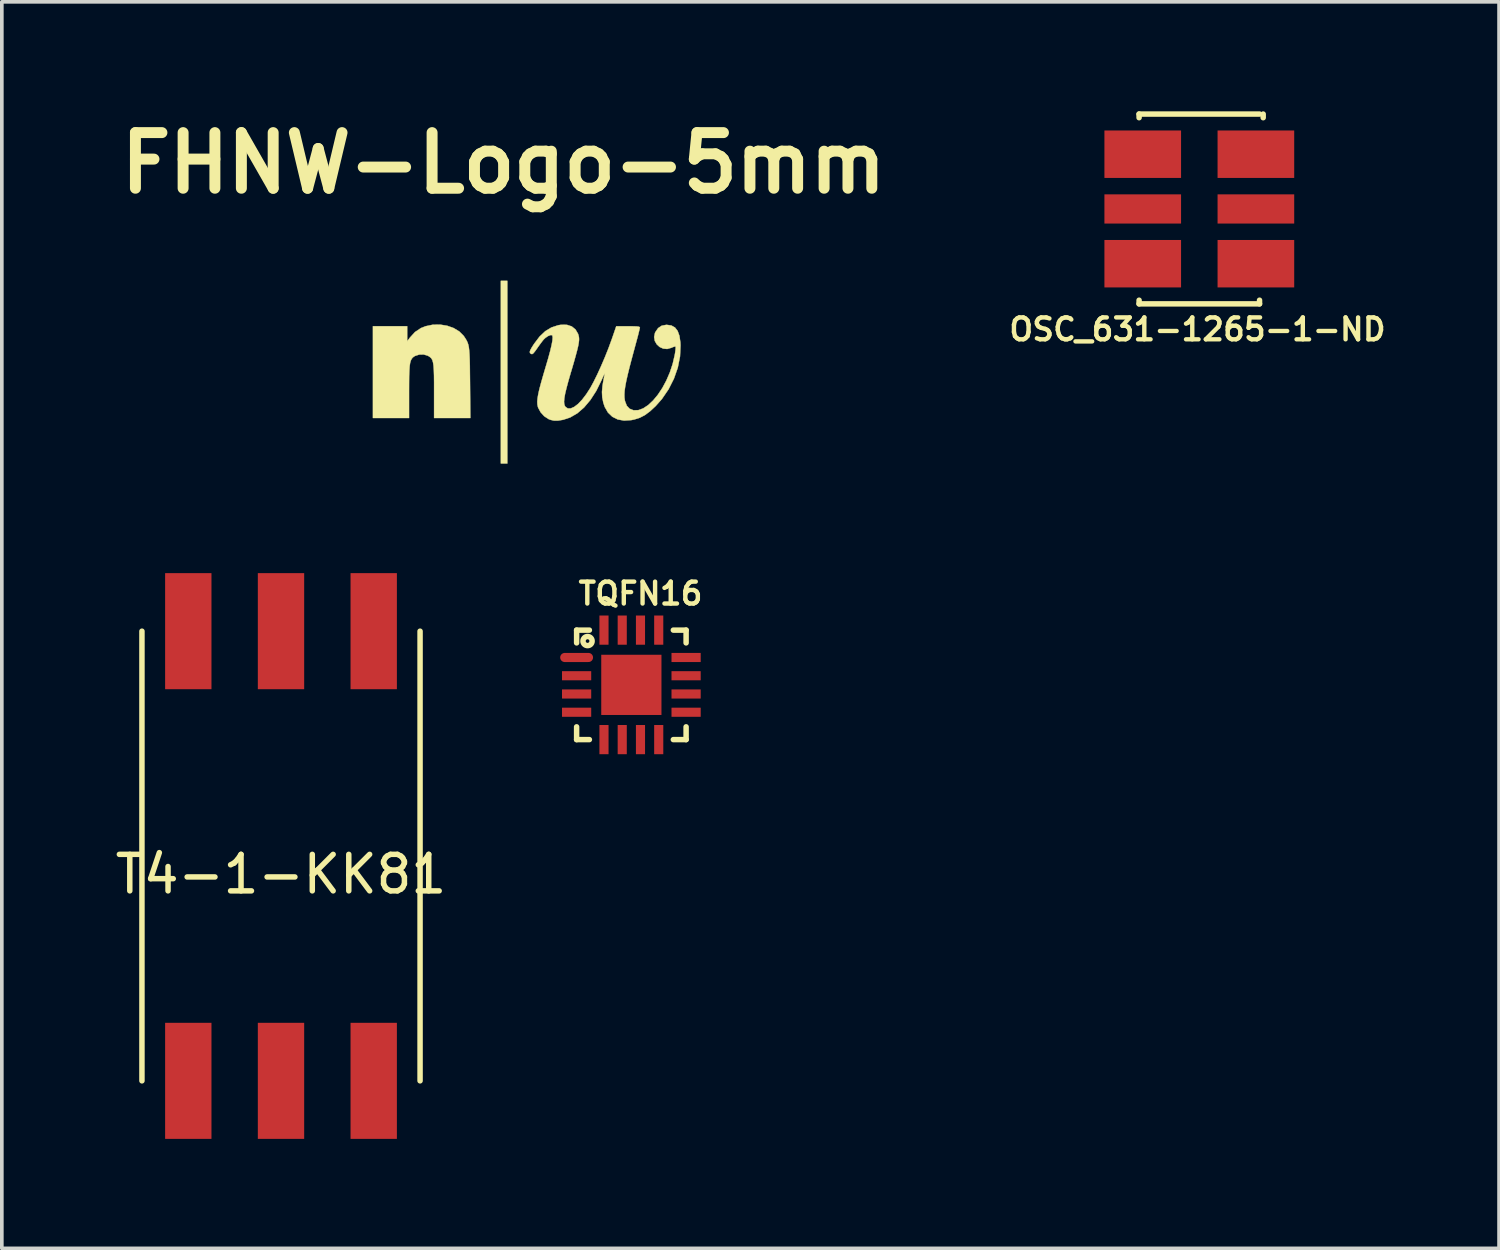
<source format=kicad_pcb>
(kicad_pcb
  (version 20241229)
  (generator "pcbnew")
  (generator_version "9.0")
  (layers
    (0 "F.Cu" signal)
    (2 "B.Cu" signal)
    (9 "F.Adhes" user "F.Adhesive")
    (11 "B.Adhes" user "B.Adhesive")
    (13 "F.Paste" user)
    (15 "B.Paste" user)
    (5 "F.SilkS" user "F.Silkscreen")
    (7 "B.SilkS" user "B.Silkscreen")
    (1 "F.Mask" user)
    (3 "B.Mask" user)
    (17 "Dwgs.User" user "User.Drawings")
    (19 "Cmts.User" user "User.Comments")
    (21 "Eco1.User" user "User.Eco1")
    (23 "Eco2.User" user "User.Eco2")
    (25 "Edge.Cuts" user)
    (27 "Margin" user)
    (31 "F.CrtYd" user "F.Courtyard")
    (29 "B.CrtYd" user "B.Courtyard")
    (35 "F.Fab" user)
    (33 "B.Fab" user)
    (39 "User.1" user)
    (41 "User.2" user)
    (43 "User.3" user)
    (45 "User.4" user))
  (footprint "T4-1-KK81"
    (layer "F.Cu")
    (at 4.649 20.403)
    (property "Reference" "T4-1-KK81" (at 0 0.5 0) (layer "F.SilkS") (effects (font (size 1 1) (thickness 0.15))))
    (attr through_hole)
    (fp_line (start -3.81 -6.16) (end -3.81 6.16) (stroke (width 0.15) (type solid)) (layer "F.SilkS"))
    (fp_line (start 3.81 -6.16) (end 3.81 6.16) (stroke (width 0.15) (type solid)) (layer "F.SilkS"))
    (pad "" connect rect (at 0 6.16) (size 1.27 3.18) (layers "F.Cu" "F.Mask"))
    (pad "1" smd rect (at -2.54 -6.16) (size 1.27 3.18) (layers "F.Cu" "F.Mask" "F.Paste"))
    (pad "2" smd rect (at 0 -6.16) (size 1.27 3.18) (layers "F.Cu" "F.Mask" "F.Paste"))
    (pad "3" smd rect (at 2.54 -6.16) (size 1.27 3.18) (layers "F.Cu" "F.Mask" "F.Paste"))
    (pad "4" smd rect (at 2.54 6.16) (size 1.27 3.18) (layers "F.Cu" "F.Mask" "F.Paste"))
    (pad "5" smd rect (at -2.54 6.16) (size 1.27 3.18) (layers "F.Cu" "F.Mask" "F.Paste")))
  (footprint "FHNW-Logo-5mm"
    (layer "F.Cu")
    (at 10.748 7.26)
    (property "Reference" "FHNW-Logo-5mm" (at 0 -5.842 0) (layer "F.SilkS") (effects (font (size 1.524 1.524) (thickness 0.3))))
    (attr through_hole)
    (fp_poly (pts (xy 0.102 2.388) (xy -0.076 2.388) (xy -0.076 -2.616) (xy 0.102 -2.616) (xy 0.102 2.388)) (stroke (width 0.01) (type solid)) (fill yes) (layer "F.SilkS"))
    (fp_poly (pts (xy -1.547 -1.385) (xy -1.369 -1.322) (xy -1.215 -1.229) (xy -1.095 -1.109) (xy -1.077 -1.083) (xy -1.041 -1.028) (xy -1.011 -0.977) (xy -0.987 -0.925) (xy -0.968 -0.867) (xy -0.953 -0.798) (xy -0.943 -0.71) (xy -0.935 -0.6) (xy -0.929 -0.461) (xy -0.925 -0.288) (xy -0.923 -0.075) (xy -0.92 0.183) (xy -0.92 0.184) (xy -0.911 1.143) (xy -1.905 1.143) (xy -1.905 0.4) (xy -1.905 0.165) (xy -1.907 -0.024) (xy -1.912 -0.174) (xy -1.92 -0.289) (xy -1.933 -0.376) (xy -1.951 -0.44) (xy -1.976 -0.487) (xy -2.009 -0.521) (xy -2.05 -0.549) (xy -2.083 -0.567) (xy -2.192 -0.598) (xy -2.314 -0.595) (xy -2.427 -0.558) (xy -2.449 -0.545) (xy -2.488 -0.516) (xy -2.518 -0.48) (xy -2.542 -0.433) (xy -2.561 -0.368) (xy -2.574 -0.28) (xy -2.582 -0.164) (xy -2.588 -0.014) (xy -2.59 0.176) (xy -2.591 0.411) (xy -2.591 1.143) (xy -3.581 1.143) (xy -3.581 -1.372) (xy -2.642 -1.372) (xy -2.642 -1.165) (xy -2.642 -0.958) (xy -2.568 -1.059) (xy -2.429 -1.212) (xy -2.264 -1.322) (xy -2.137 -1.372) (xy -1.94 -1.413) (xy -1.74 -1.416) (xy -1.547 -1.385)) (stroke (width 0.01) (type solid)) (fill yes) (layer "F.SilkS"))
    (fp_poly (pts (xy 1.735 -1.41) (xy 1.866 -1.367) (xy 1.969 -1.284) (xy 2.039 -1.165) (xy 2.059 -1.099) (xy 2.066 -1.051) (xy 2.067 -0.994) (xy 2.059 -0.924) (xy 2.043 -0.833) (xy 2.016 -0.718) (xy 1.977 -0.572) (xy 1.926 -0.39) (xy 1.861 -0.167) (xy 1.841 -0.102) (xy 1.773 0.133) (xy 1.722 0.325) (xy 1.685 0.478) (xy 1.664 0.599) (xy 1.656 0.692) (xy 1.661 0.761) (xy 1.679 0.812) (xy 1.694 0.836) (xy 1.758 0.88) (xy 1.839 0.88) (xy 1.934 0.838) (xy 2.039 0.758) (xy 2.151 0.64) (xy 2.266 0.489) (xy 2.376 0.318) (xy 2.466 0.152) (xy 2.566 -0.05) (xy 2.67 -0.278) (xy 2.774 -0.521) (xy 2.872 -0.766) (xy 2.959 -1.003) (xy 2.975 -1.048) (xy 3.086 -1.371) (xy 3.41 -1.371) (xy 3.548 -1.37) (xy 3.643 -1.367) (xy 3.701 -1.36) (xy 3.728 -1.348) (xy 3.734 -1.337) (xy 3.727 -1.303) (xy 3.709 -1.228) (xy 3.682 -1.119) (xy 3.646 -0.985) (xy 3.605 -0.833) (xy 3.592 -0.785) (xy 3.514 -0.495) (xy 3.449 -0.248) (xy 3.398 -0.04) (xy 3.359 0.133) (xy 3.332 0.278) (xy 3.315 0.397) (xy 3.309 0.497) (xy 3.311 0.582) (xy 3.321 0.657) (xy 3.327 0.683) (xy 3.375 0.807) (xy 3.451 0.888) (xy 3.557 0.93) (xy 3.565 0.931) (xy 3.693 0.927) (xy 3.826 0.878) (xy 3.962 0.788) (xy 4.096 0.662) (xy 4.226 0.505) (xy 4.348 0.322) (xy 4.458 0.117) (xy 4.554 -0.106) (xy 4.632 -0.34) (xy 4.688 -0.582) (xy 4.697 -0.632) (xy 4.709 -0.719) (xy 4.714 -0.784) (xy 4.711 -0.814) (xy 4.684 -0.815) (xy 4.628 -0.796) (xy 4.598 -0.782) (xy 4.483 -0.749) (xy 4.373 -0.759) (xy 4.274 -0.804) (xy 4.195 -0.877) (xy 4.142 -0.97) (xy 4.124 -1.077) (xy 4.147 -1.189) (xy 4.157 -1.21) (xy 4.233 -1.32) (xy 4.331 -1.386) (xy 4.457 -1.41) (xy 4.47 -1.41) (xy 4.596 -1.392) (xy 4.695 -1.337) (xy 4.768 -1.243) (xy 4.817 -1.108) (xy 4.843 -0.93) (xy 4.847 -0.85) (xy 4.833 -0.544) (xy 4.772 -0.237) (xy 4.666 0.065) (xy 4.52 0.354) (xy 4.337 0.622) (xy 4.166 0.815) (xy 4.012 0.958) (xy 3.871 1.063) (xy 3.73 1.136) (xy 3.577 1.184) (xy 3.498 1.2) (xy 3.301 1.213) (xy 3.127 1.182) (xy 2.979 1.108) (xy 2.859 0.993) (xy 2.77 0.838) (xy 2.731 0.72) (xy 2.702 0.574) (xy 2.695 0.428) (xy 2.709 0.264) (xy 2.73 0.136) (xy 2.748 0.041) (xy 2.762 -0.033) (xy 2.768 -0.073) (xy 2.768 -0.076) (xy 2.759 -0.061) (xy 2.734 -0.008) (xy 2.698 0.071) (xy 2.681 0.11) (xy 2.538 0.4) (xy 2.378 0.648) (xy 2.204 0.854) (xy 2.019 1.014) (xy 1.822 1.128) (xy 1.631 1.191) (xy 1.49 1.214) (xy 1.378 1.214) (xy 1.28 1.191) (xy 1.232 1.172) (xy 1.113 1.094) (xy 1.013 0.984) (xy 0.946 0.859) (xy 0.938 0.832) (xy 0.925 0.768) (xy 0.922 0.693) (xy 0.93 0.602) (xy 0.949 0.489) (xy 0.98 0.35) (xy 1.026 0.178) (xy 1.086 -0.033) (xy 1.144 -0.229) (xy 1.219 -0.483) (xy 1.276 -0.692) (xy 1.315 -0.858) (xy 1.338 -0.982) (xy 1.344 -1.068) (xy 1.335 -1.117) (xy 1.325 -1.128) (xy 1.281 -1.129) (xy 1.216 -1.102) (xy 1.146 -1.054) (xy 1.101 -1.012) (xy 1.061 -0.963) (xy 1.004 -0.887) (xy 0.939 -0.797) (xy 0.922 -0.771) (xy 0.858 -0.682) (xy 0.815 -0.63) (xy 0.783 -0.609) (xy 0.757 -0.612) (xy 0.754 -0.613) (xy 0.725 -0.636) (xy 0.716 -0.666) (xy 0.729 -0.712) (xy 0.767 -0.783) (xy 0.832 -0.885) (xy 0.837 -0.892) (xy 0.985 -1.088) (xy 1.141 -1.236) (xy 1.31 -1.338) (xy 1.495 -1.399) (xy 1.577 -1.412) (xy 1.735 -1.41)) (stroke (width 0.01) (type solid)) (fill yes) (layer "F.SilkS")))
  (footprint "OSC_631-1265-1-ND"
    (layer "F.Cu")
    (at 28.259 1.175)
    (property "Reference" "OSC_631-1265-1-ND" (at 1.5 4.8 0) (layer "F.SilkS") (effects (font (size 0.6 0.6) (thickness 0.12))))
    (attr through_hole)
    (fp_line (start -0.1 -1.1) (end -0.1 -1) (stroke (width 0.15) (type solid)) (layer "F.SilkS"))
    (fp_line (start -0.1 -1.1) (end 3.2 -1.1) (stroke (width 0.15) (type solid)) (layer "F.SilkS"))
    (fp_line (start -0.1 4.1) (end -0.1 4) (stroke (width 0.15) (type solid)) (layer "F.SilkS"))
    (fp_line (start -0.1 4.1) (end 3.2 4.1) (stroke (width 0.15) (type solid)) (layer "F.SilkS"))
    (fp_line (start 3.2 4.1) (end 3.2 4) (stroke (width 0.15) (type solid)) (layer "F.SilkS"))
    (fp_line (start 3.3 -1.1) (end 3.3 -1) (stroke (width 0.15) (type solid)) (layer "F.SilkS"))
    (pad "1" smd rect (at 0 0) (size 2.1 1.3) (layers "F.Cu" "F.Mask" "F.Paste"))
    (pad "2" smd rect (at 0 1.5) (size 2.1 0.8) (layers "F.Cu" "F.Mask" "F.Paste"))
    (pad "3" smd rect (at 0 3) (size 2.1 1.3) (layers "F.Cu" "F.Mask" "F.Paste"))
    (pad "4" smd rect (at 3.1 3) (size 2.1 1.3) (layers "F.Cu" "F.Mask" "F.Paste"))
    (pad "5" smd rect (at 3.1 1.5) (size 2.1 0.8) (layers "F.Cu" "F.Mask" "F.Paste"))
    (pad "6" smd rect (at 3.1 0) (size 2.1 1.3) (layers "F.Cu" "F.Mask" "F.Paste")))
  (footprint "TQFN16"
    (layer "F.Cu")
    (at 12.748 14.964)
    (property "Reference" "TQFN16" (at 1.75 -1.75 0) (layer "F.SilkS") (effects (font (size 0.6 0.6) (thickness 0.12))))
    (attr through_hole)
    (fp_line (start 0 -0.75) (end 0 -0.4) (stroke (width 0.15) (type solid)) (layer "F.SilkS"))
    (fp_line (start 0 -0.75) (end 0.35 -0.75) (stroke (width 0.15) (type solid)) (layer "F.SilkS"))
    (fp_line (start 0 1.9) (end 0 2.25) (stroke (width 0.15) (type solid)) (layer "F.SilkS"))
    (fp_line (start 0 2.25) (end 0.35 2.25) (stroke (width 0.15) (type solid)) (layer "F.SilkS"))
    (fp_line (start 2.65 -0.75) (end 3 -0.75) (stroke (width 0.15) (type solid)) (layer "F.SilkS"))
    (fp_line (start 3 -0.75) (end 3 -0.4) (stroke (width 0.15) (type solid)) (layer "F.SilkS"))
    (fp_line (start 3 1.9) (end 3 2.25) (stroke (width 0.15) (type solid)) (layer "F.SilkS"))
    (fp_line (start 3 2.25) (end 2.65 2.25) (stroke (width 0.15) (type solid)) (layer "F.SilkS"))
    (fp_circle (center 0.3 -0.45) (end 0.25 -0.45) (stroke (width 0.15) (type solid)) (fill no) (layer "F.SilkS"))
    (pad "1" smd oval (at 0 0) (size 0.9 0.25) (layers "F.Cu" "F.Mask" "F.Paste"))
    (pad "2" smd rect (at 0 0.5) (size 0.8 0.25) (layers "F.Cu" "F.Mask" "F.Paste"))
    (pad "3" smd rect (at 0 1) (size 0.8 0.25) (layers "F.Cu" "F.Mask" "F.Paste"))
    (pad "4" smd rect (at 0 1.5) (size 0.8 0.25) (layers "F.Cu" "F.Mask" "F.Paste"))
    (pad "5" smd rect (at 0.75 2.25) (size 0.25 0.8) (layers "F.Cu" "F.Mask" "F.Paste"))
    (pad "6" smd rect (at 1.25 2.25) (size 0.25 0.8) (layers "F.Cu" "F.Mask" "F.Paste"))
    (pad "7" smd rect (at 1.75 2.25) (size 0.25 0.8) (layers "F.Cu" "F.Mask" "F.Paste"))
    (pad "8" smd rect (at 2.25 2.25) (size 0.25 0.8) (layers "F.Cu" "F.Mask" "F.Paste"))
    (pad "9" smd rect (at 3 1.5) (size 0.8 0.25) (layers "F.Cu" "F.Mask" "F.Paste"))
    (pad "10" smd rect (at 3 1) (size 0.8 0.25) (layers "F.Cu" "F.Mask" "F.Paste"))
    (pad "11" smd rect (at 3 0.5) (size 0.8 0.25) (layers "F.Cu" "F.Mask" "F.Paste"))
    (pad "12" smd rect (at 3 0) (size 0.8 0.25) (layers "F.Cu" "F.Mask" "F.Paste"))
    (pad "13" smd rect (at 2.25 -0.75) (size 0.25 0.8) (layers "F.Cu" "F.Mask" "F.Paste"))
    (pad "14" smd rect (at 1.75 -0.75) (size 0.25 0.8) (layers "F.Cu" "F.Mask" "F.Paste"))
    (pad "15" smd rect (at 1.25 -0.75) (size 0.25 0.8) (layers "F.Cu" "F.Mask" "F.Paste"))
    (pad "16" smd rect (at 0.75 -0.75) (size 0.25 0.8) (layers "F.Cu" "F.Mask" "F.Paste"))
    (pad "EP" smd rect (at 1.5 0.75) (size 1.65 1.65) (layers "F.Cu" "F.Mask" "F.Paste")))
  (gr_rect
    (start -3 -3)
    (end 38.021 31.153)
    (stroke (width 0.1) (type default))
    (fill no)
    (layer "Edge.Cuts")))
</source>
